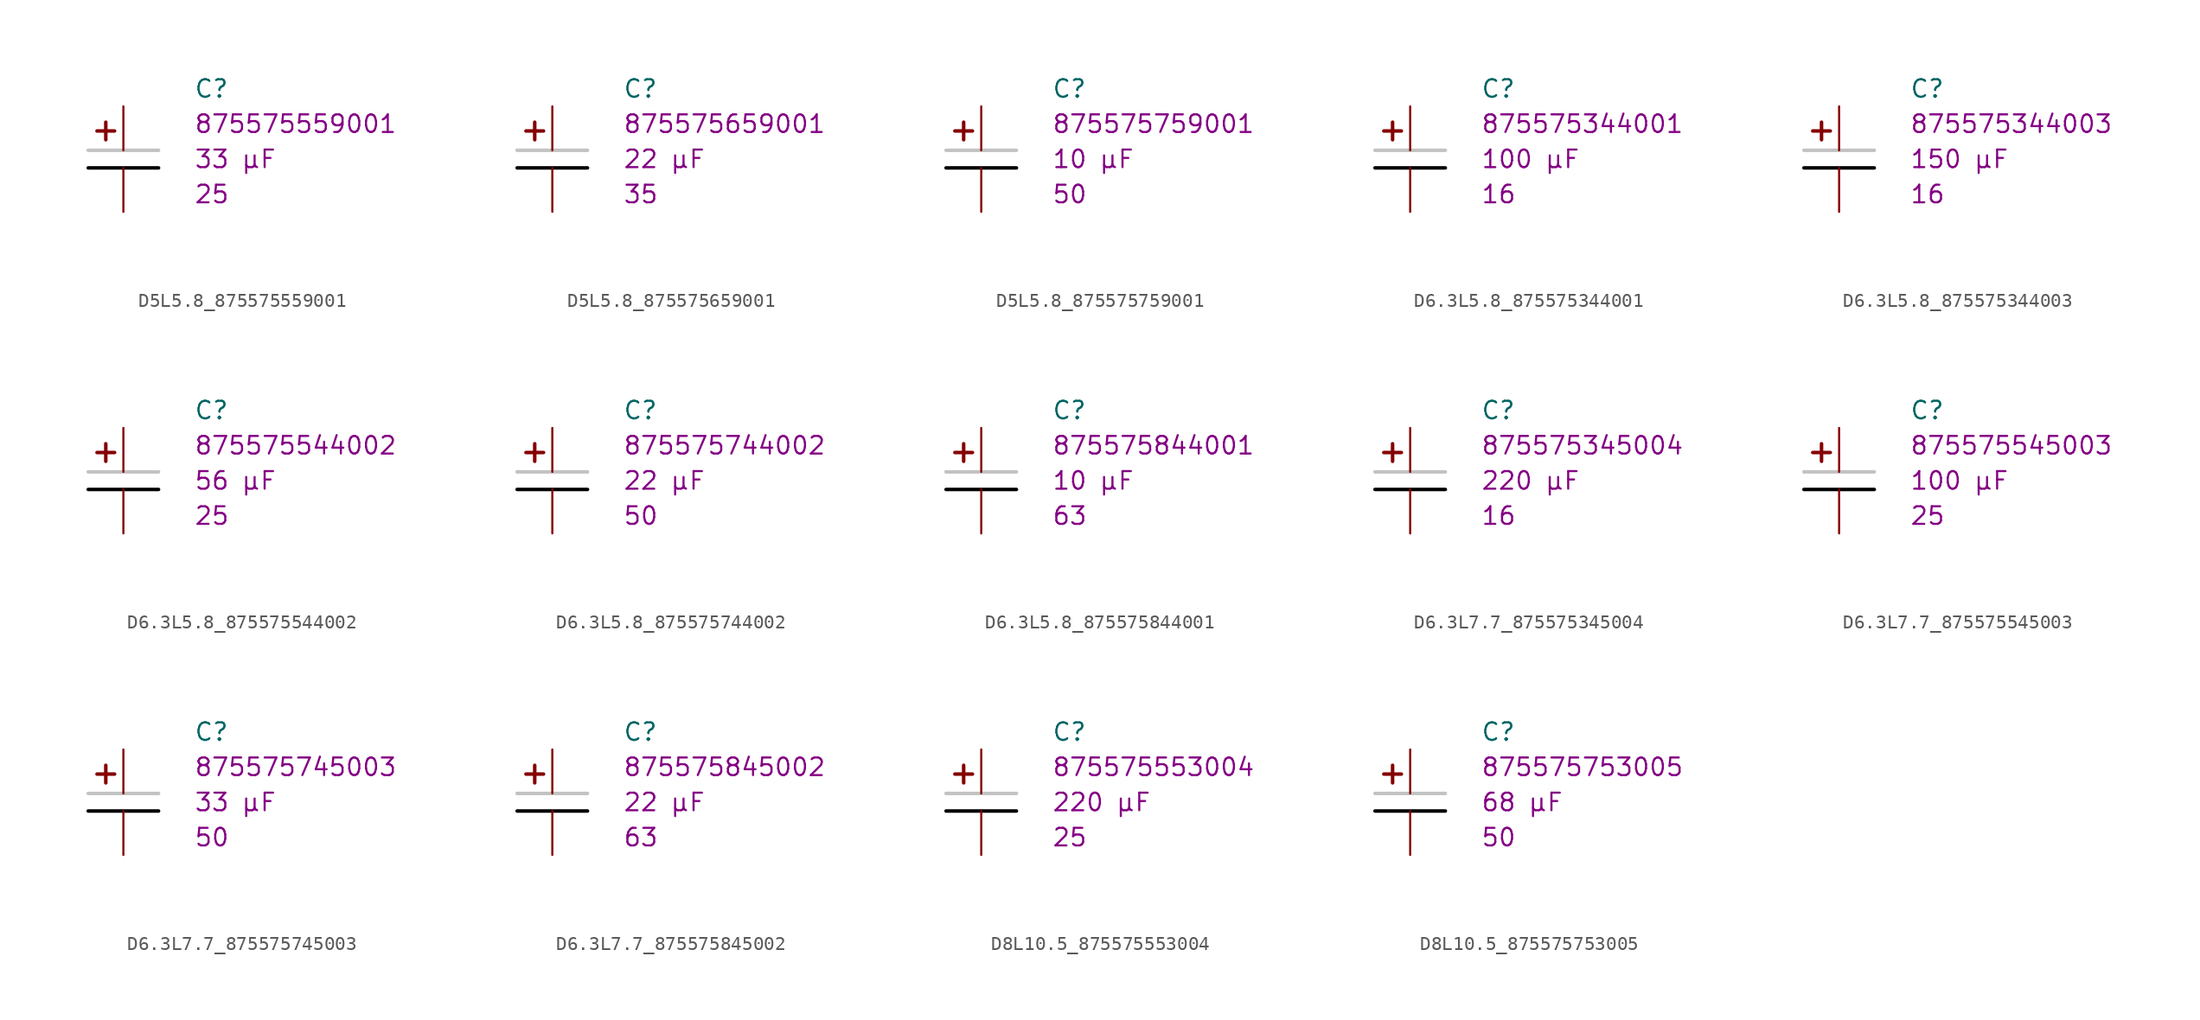
<source format=kicad_sym>
(kicad_symbol_lib
  (version 20220914)
  (generator kicad_symbol_editor)
  (symbol "D5L5.8_875575559001"
    (pin_numbers hide)
    (pin_names hide)
    (property "Reference" "C"
      (at 5.08 5.08 0)
      (effects (font (size 1.27 1.27)) (justify left)))
    (property "Part Number" "875575559001"
      (at 5.08 2.54 0)
      (effects (font (size 1.27 1.27)) (justify left)))
    (property "Capacitance" "33 µF"
      (at 5.08 0 0)
      (effects (font (size 1.27 1.27)) (justify left)))
    (property "Voltage" "25"
      (at 5.08 -2.54 0)
      (effects (font (size 1.27 1.27)) (justify left)))
    (property "Critical Parameter" ""
      (at 0 -7.62 0)
      (effects (font (size 1.27 1.27))))
    (symbol "D5L5.8_875575559001_1_1"
      (polyline (pts (xy -1.27 2.667) (xy -1.27 1.397)) (stroke (width 0.254) (type default)) (fill (type none)))
      (polyline (pts (xy -0.635 2.032) (xy -1.905 2.032)) (stroke (width 0.254) (type default)) (fill (type none)))
      (polyline (pts (xy 2.54 -0.635) (xy -2.54 -0.635)) (stroke (width 0.254) (type default) (color 0 0 0 1)) (fill (type none)))
      (polyline (pts (xy 2.54 0.635) (xy -2.54 0.635)) (stroke (width 0.254) (type default) (color 194 194 194 1)) (fill (type none)))
      (pin passive line (at 0 3.81 270) (length 3.175) (name "1" (effects (font (size 1.27 1.27)))) (number "1" (effects (font (size 1.27 1.27)))))
      (pin passive line (at 0 -3.81 90) (length 3.175) (name "2" (effects (font (size 1.27 1.27)))) (number "2" (effects (font (size 1.27 1.27)))))))
  (symbol "D5L5.8_875575659001"
    (pin_numbers hide)
    (pin_names hide)
    (property "Reference" "C"
      (at 5.08 5.08 0)
      (effects (font (size 1.27 1.27)) (justify left)))
    (property "Part Number" "875575659001"
      (at 5.08 2.54 0)
      (effects (font (size 1.27 1.27)) (justify left)))
    (property "Capacitance" "22 µF"
      (at 5.08 0 0)
      (effects (font (size 1.27 1.27)) (justify left)))
    (property "Voltage" "35"
      (at 5.08 -2.54 0)
      (effects (font (size 1.27 1.27)) (justify left)))
    (property "Critical Parameter" ""
      (at 0 -7.62 0)
      (effects (font (size 1.27 1.27))))
    (symbol "D5L5.8_875575659001_1_1"
      (polyline (pts (xy -1.27 2.667) (xy -1.27 1.397)) (stroke (width 0.254) (type default)) (fill (type none)))
      (polyline (pts (xy -0.635 2.032) (xy -1.905 2.032)) (stroke (width 0.254) (type default)) (fill (type none)))
      (polyline (pts (xy 2.54 -0.635) (xy -2.54 -0.635)) (stroke (width 0.254) (type default) (color 0 0 0 1)) (fill (type none)))
      (polyline (pts (xy 2.54 0.635) (xy -2.54 0.635)) (stroke (width 0.254) (type default) (color 194 194 194 1)) (fill (type none)))
      (pin passive line (at 0 3.81 270) (length 3.175) (name "1" (effects (font (size 1.27 1.27)))) (number "1" (effects (font (size 1.27 1.27)))))
      (pin passive line (at 0 -3.81 90) (length 3.175) (name "2" (effects (font (size 1.27 1.27)))) (number "2" (effects (font (size 1.27 1.27)))))))
  (symbol "D5L5.8_875575759001"
    (pin_numbers hide)
    (pin_names hide)
    (property "Reference" "C"
      (at 5.08 5.08 0)
      (effects (font (size 1.27 1.27)) (justify left)))
    (property "Part Number" "875575759001"
      (at 5.08 2.54 0)
      (effects (font (size 1.27 1.27)) (justify left)))
    (property "Capacitance" "10 µF"
      (at 5.08 0 0)
      (effects (font (size 1.27 1.27)) (justify left)))
    (property "Voltage" "50"
      (at 5.08 -2.54 0)
      (effects (font (size 1.27 1.27)) (justify left)))
    (property "Critical Parameter" ""
      (at 0 -7.62 0)
      (effects (font (size 1.27 1.27))))
    (symbol "D5L5.8_875575759001_1_1"
      (polyline (pts (xy -1.27 2.667) (xy -1.27 1.397)) (stroke (width 0.254) (type default)) (fill (type none)))
      (polyline (pts (xy -0.635 2.032) (xy -1.905 2.032)) (stroke (width 0.254) (type default)) (fill (type none)))
      (polyline (pts (xy 2.54 -0.635) (xy -2.54 -0.635)) (stroke (width 0.254) (type default) (color 0 0 0 1)) (fill (type none)))
      (polyline (pts (xy 2.54 0.635) (xy -2.54 0.635)) (stroke (width 0.254) (type default) (color 194 194 194 1)) (fill (type none)))
      (pin passive line (at 0 3.81 270) (length 3.175) (name "1" (effects (font (size 1.27 1.27)))) (number "1" (effects (font (size 1.27 1.27)))))
      (pin passive line (at 0 -3.81 90) (length 3.175) (name "2" (effects (font (size 1.27 1.27)))) (number "2" (effects (font (size 1.27 1.27)))))))
  (symbol "D6.3L5.8_875575344001"
    (pin_numbers hide)
    (pin_names hide)
    (property "Reference" "C"
      (at 5.08 5.08 0)
      (effects (font (size 1.27 1.27)) (justify left)))
    (property "Part Number" "875575344001"
      (at 5.08 2.54 0)
      (effects (font (size 1.27 1.27)) (justify left)))
    (property "Capacitance" "100 µF"
      (at 5.08 0 0)
      (effects (font (size 1.27 1.27)) (justify left)))
    (property "Voltage" "16"
      (at 5.08 -2.54 0)
      (effects (font (size 1.27 1.27)) (justify left)))
    (property "Critical Parameter" ""
      (at 0 -7.62 0)
      (effects (font (size 1.27 1.27))))
    (symbol "D6.3L5.8_875575344001_1_1"
      (polyline (pts (xy -1.27 2.667) (xy -1.27 1.397)) (stroke (width 0.254) (type default)) (fill (type none)))
      (polyline (pts (xy -0.635 2.032) (xy -1.905 2.032)) (stroke (width 0.254) (type default)) (fill (type none)))
      (polyline (pts (xy 2.54 -0.635) (xy -2.54 -0.635)) (stroke (width 0.254) (type default) (color 0 0 0 1)) (fill (type none)))
      (polyline (pts (xy 2.54 0.635) (xy -2.54 0.635)) (stroke (width 0.254) (type default) (color 194 194 194 1)) (fill (type none)))
      (pin passive line (at 0 3.81 270) (length 3.175) (name "1" (effects (font (size 1.27 1.27)))) (number "1" (effects (font (size 1.27 1.27)))))
      (pin passive line (at 0 -3.81 90) (length 3.175) (name "2" (effects (font (size 1.27 1.27)))) (number "2" (effects (font (size 1.27 1.27)))))))
  (symbol "D6.3L5.8_875575344003"
    (pin_numbers hide)
    (pin_names hide)
    (property "Reference" "C"
      (at 5.08 5.08 0)
      (effects (font (size 1.27 1.27)) (justify left)))
    (property "Part Number" "875575344003"
      (at 5.08 2.54 0)
      (effects (font (size 1.27 1.27)) (justify left)))
    (property "Capacitance" "150 µF"
      (at 5.08 0 0)
      (effects (font (size 1.27 1.27)) (justify left)))
    (property "Voltage" "16"
      (at 5.08 -2.54 0)
      (effects (font (size 1.27 1.27)) (justify left)))
    (property "Critical Parameter" ""
      (at 0 -7.62 0)
      (effects (font (size 1.27 1.27))))
    (symbol "D6.3L5.8_875575344003_1_1"
      (polyline (pts (xy -1.27 2.667) (xy -1.27 1.397)) (stroke (width 0.254) (type default)) (fill (type none)))
      (polyline (pts (xy -0.635 2.032) (xy -1.905 2.032)) (stroke (width 0.254) (type default)) (fill (type none)))
      (polyline (pts (xy 2.54 -0.635) (xy -2.54 -0.635)) (stroke (width 0.254) (type default) (color 0 0 0 1)) (fill (type none)))
      (polyline (pts (xy 2.54 0.635) (xy -2.54 0.635)) (stroke (width 0.254) (type default) (color 194 194 194 1)) (fill (type none)))
      (pin passive line (at 0 3.81 270) (length 3.175) (name "1" (effects (font (size 1.27 1.27)))) (number "1" (effects (font (size 1.27 1.27)))))
      (pin passive line (at 0 -3.81 90) (length 3.175) (name "2" (effects (font (size 1.27 1.27)))) (number "2" (effects (font (size 1.27 1.27)))))))
  (symbol "D6.3L5.8_875575544002"
    (pin_numbers hide)
    (pin_names hide)
    (property "Reference" "C"
      (at 5.08 5.08 0)
      (effects (font (size 1.27 1.27)) (justify left)))
    (property "Part Number" "875575544002"
      (at 5.08 2.54 0)
      (effects (font (size 1.27 1.27)) (justify left)))
    (property "Capacitance" "56 µF"
      (at 5.08 0 0)
      (effects (font (size 1.27 1.27)) (justify left)))
    (property "Voltage" "25"
      (at 5.08 -2.54 0)
      (effects (font (size 1.27 1.27)) (justify left)))
    (property "Critical Parameter" ""
      (at 0 -7.62 0)
      (effects (font (size 1.27 1.27))))
    (symbol "D6.3L5.8_875575544002_1_1"
      (polyline (pts (xy -1.27 2.667) (xy -1.27 1.397)) (stroke (width 0.254) (type default)) (fill (type none)))
      (polyline (pts (xy -0.635 2.032) (xy -1.905 2.032)) (stroke (width 0.254) (type default)) (fill (type none)))
      (polyline (pts (xy 2.54 -0.635) (xy -2.54 -0.635)) (stroke (width 0.254) (type default) (color 0 0 0 1)) (fill (type none)))
      (polyline (pts (xy 2.54 0.635) (xy -2.54 0.635)) (stroke (width 0.254) (type default) (color 194 194 194 1)) (fill (type none)))
      (pin passive line (at 0 3.81 270) (length 3.175) (name "1" (effects (font (size 1.27 1.27)))) (number "1" (effects (font (size 1.27 1.27)))))
      (pin passive line (at 0 -3.81 90) (length 3.175) (name "2" (effects (font (size 1.27 1.27)))) (number "2" (effects (font (size 1.27 1.27)))))))
  (symbol "D6.3L5.8_875575744002"
    (pin_numbers hide)
    (pin_names hide)
    (property "Reference" "C"
      (at 5.08 5.08 0)
      (effects (font (size 1.27 1.27)) (justify left)))
    (property "Part Number" "875575744002"
      (at 5.08 2.54 0)
      (effects (font (size 1.27 1.27)) (justify left)))
    (property "Capacitance" "22 µF"
      (at 5.08 0 0)
      (effects (font (size 1.27 1.27)) (justify left)))
    (property "Voltage" "50"
      (at 5.08 -2.54 0)
      (effects (font (size 1.27 1.27)) (justify left)))
    (property "Critical Parameter" ""
      (at 0 -7.62 0)
      (effects (font (size 1.27 1.27))))
    (symbol "D6.3L5.8_875575744002_1_1"
      (polyline (pts (xy -1.27 2.667) (xy -1.27 1.397)) (stroke (width 0.254) (type default)) (fill (type none)))
      (polyline (pts (xy -0.635 2.032) (xy -1.905 2.032)) (stroke (width 0.254) (type default)) (fill (type none)))
      (polyline (pts (xy 2.54 -0.635) (xy -2.54 -0.635)) (stroke (width 0.254) (type default) (color 0 0 0 1)) (fill (type none)))
      (polyline (pts (xy 2.54 0.635) (xy -2.54 0.635)) (stroke (width 0.254) (type default) (color 194 194 194 1)) (fill (type none)))
      (pin passive line (at 0 3.81 270) (length 3.175) (name "1" (effects (font (size 1.27 1.27)))) (number "1" (effects (font (size 1.27 1.27)))))
      (pin passive line (at 0 -3.81 90) (length 3.175) (name "2" (effects (font (size 1.27 1.27)))) (number "2" (effects (font (size 1.27 1.27)))))))
  (symbol "D6.3L5.8_875575844001"
    (pin_numbers hide)
    (pin_names hide)
    (property "Reference" "C"
      (at 5.08 5.08 0)
      (effects (font (size 1.27 1.27)) (justify left)))
    (property "Part Number" "875575844001"
      (at 5.08 2.54 0)
      (effects (font (size 1.27 1.27)) (justify left)))
    (property "Capacitance" "10 µF"
      (at 5.08 0 0)
      (effects (font (size 1.27 1.27)) (justify left)))
    (property "Voltage" "63"
      (at 5.08 -2.54 0)
      (effects (font (size 1.27 1.27)) (justify left)))
    (property "Critical Parameter" ""
      (at 0 -7.62 0)
      (effects (font (size 1.27 1.27))))
    (symbol "D6.3L5.8_875575844001_1_1"
      (polyline (pts (xy -1.27 2.667) (xy -1.27 1.397)) (stroke (width 0.254) (type default)) (fill (type none)))
      (polyline (pts (xy -0.635 2.032) (xy -1.905 2.032)) (stroke (width 0.254) (type default)) (fill (type none)))
      (polyline (pts (xy 2.54 -0.635) (xy -2.54 -0.635)) (stroke (width 0.254) (type default) (color 0 0 0 1)) (fill (type none)))
      (polyline (pts (xy 2.54 0.635) (xy -2.54 0.635)) (stroke (width 0.254) (type default) (color 194 194 194 1)) (fill (type none)))
      (pin passive line (at 0 3.81 270) (length 3.175) (name "1" (effects (font (size 1.27 1.27)))) (number "1" (effects (font (size 1.27 1.27)))))
      (pin passive line (at 0 -3.81 90) (length 3.175) (name "2" (effects (font (size 1.27 1.27)))) (number "2" (effects (font (size 1.27 1.27)))))))
  (symbol "D6.3L7.7_875575345004"
    (pin_numbers hide)
    (pin_names hide)
    (property "Reference" "C"
      (at 5.08 5.08 0)
      (effects (font (size 1.27 1.27)) (justify left)))
    (property "Part Number" "875575345004"
      (at 5.08 2.54 0)
      (effects (font (size 1.27 1.27)) (justify left)))
    (property "Capacitance" "220 µF"
      (at 5.08 0 0)
      (effects (font (size 1.27 1.27)) (justify left)))
    (property "Voltage" "16"
      (at 5.08 -2.54 0)
      (effects (font (size 1.27 1.27)) (justify left)))
    (property "Critical Parameter" ""
      (at 0 -7.62 0)
      (effects (font (size 1.27 1.27))))
    (symbol "D6.3L7.7_875575345004_1_1"
      (polyline (pts (xy -1.27 2.667) (xy -1.27 1.397)) (stroke (width 0.254) (type default)) (fill (type none)))
      (polyline (pts (xy -0.635 2.032) (xy -1.905 2.032)) (stroke (width 0.254) (type default)) (fill (type none)))
      (polyline (pts (xy 2.54 -0.635) (xy -2.54 -0.635)) (stroke (width 0.254) (type default) (color 0 0 0 1)) (fill (type none)))
      (polyline (pts (xy 2.54 0.635) (xy -2.54 0.635)) (stroke (width 0.254) (type default) (color 194 194 194 1)) (fill (type none)))
      (pin passive line (at 0 3.81 270) (length 3.175) (name "1" (effects (font (size 1.27 1.27)))) (number "1" (effects (font (size 1.27 1.27)))))
      (pin passive line (at 0 -3.81 90) (length 3.175) (name "2" (effects (font (size 1.27 1.27)))) (number "2" (effects (font (size 1.27 1.27)))))))
  (symbol "D6.3L7.7_875575545003"
    (pin_numbers hide)
    (pin_names hide)
    (property "Reference" "C"
      (at 5.08 5.08 0)
      (effects (font (size 1.27 1.27)) (justify left)))
    (property "Part Number" "875575545003"
      (at 5.08 2.54 0)
      (effects (font (size 1.27 1.27)) (justify left)))
    (property "Capacitance" "100 µF"
      (at 5.08 0 0)
      (effects (font (size 1.27 1.27)) (justify left)))
    (property "Voltage" "25"
      (at 5.08 -2.54 0)
      (effects (font (size 1.27 1.27)) (justify left)))
    (property "Critical Parameter" ""
      (at 0 -7.62 0)
      (effects (font (size 1.27 1.27))))
    (symbol "D6.3L7.7_875575545003_1_1"
      (polyline (pts (xy -1.27 2.667) (xy -1.27 1.397)) (stroke (width 0.254) (type default)) (fill (type none)))
      (polyline (pts (xy -0.635 2.032) (xy -1.905 2.032)) (stroke (width 0.254) (type default)) (fill (type none)))
      (polyline (pts (xy 2.54 -0.635) (xy -2.54 -0.635)) (stroke (width 0.254) (type default) (color 0 0 0 1)) (fill (type none)))
      (polyline (pts (xy 2.54 0.635) (xy -2.54 0.635)) (stroke (width 0.254) (type default) (color 194 194 194 1)) (fill (type none)))
      (pin passive line (at 0 3.81 270) (length 3.175) (name "1" (effects (font (size 1.27 1.27)))) (number "1" (effects (font (size 1.27 1.27)))))
      (pin passive line (at 0 -3.81 90) (length 3.175) (name "2" (effects (font (size 1.27 1.27)))) (number "2" (effects (font (size 1.27 1.27)))))))
  (symbol "D6.3L7.7_875575745003"
    (pin_numbers hide)
    (pin_names hide)
    (property "Reference" "C"
      (at 5.08 5.08 0)
      (effects (font (size 1.27 1.27)) (justify left)))
    (property "Part Number" "875575745003"
      (at 5.08 2.54 0)
      (effects (font (size 1.27 1.27)) (justify left)))
    (property "Capacitance" "33 µF"
      (at 5.08 0 0)
      (effects (font (size 1.27 1.27)) (justify left)))
    (property "Voltage" "50"
      (at 5.08 -2.54 0)
      (effects (font (size 1.27 1.27)) (justify left)))
    (property "Critical Parameter" ""
      (at 0 -7.62 0)
      (effects (font (size 1.27 1.27))))
    (symbol "D6.3L7.7_875575745003_1_1"
      (polyline (pts (xy -1.27 2.667) (xy -1.27 1.397)) (stroke (width 0.254) (type default)) (fill (type none)))
      (polyline (pts (xy -0.635 2.032) (xy -1.905 2.032)) (stroke (width 0.254) (type default)) (fill (type none)))
      (polyline (pts (xy 2.54 -0.635) (xy -2.54 -0.635)) (stroke (width 0.254) (type default) (color 0 0 0 1)) (fill (type none)))
      (polyline (pts (xy 2.54 0.635) (xy -2.54 0.635)) (stroke (width 0.254) (type default) (color 194 194 194 1)) (fill (type none)))
      (pin passive line (at 0 3.81 270) (length 3.175) (name "1" (effects (font (size 1.27 1.27)))) (number "1" (effects (font (size 1.27 1.27)))))
      (pin passive line (at 0 -3.81 90) (length 3.175) (name "2" (effects (font (size 1.27 1.27)))) (number "2" (effects (font (size 1.27 1.27)))))))
  (symbol "D6.3L7.7_875575845002"
    (pin_numbers hide)
    (pin_names hide)
    (property "Reference" "C"
      (at 5.08 5.08 0)
      (effects (font (size 1.27 1.27)) (justify left)))
    (property "Part Number" "875575845002"
      (at 5.08 2.54 0)
      (effects (font (size 1.27 1.27)) (justify left)))
    (property "Capacitance" "22 µF"
      (at 5.08 0 0)
      (effects (font (size 1.27 1.27)) (justify left)))
    (property "Voltage" "63"
      (at 5.08 -2.54 0)
      (effects (font (size 1.27 1.27)) (justify left)))
    (property "Critical Parameter" ""
      (at 0 -7.62 0)
      (effects (font (size 1.27 1.27))))
    (symbol "D6.3L7.7_875575845002_1_1"
      (polyline (pts (xy -1.27 2.667) (xy -1.27 1.397)) (stroke (width 0.254) (type default)) (fill (type none)))
      (polyline (pts (xy -0.635 2.032) (xy -1.905 2.032)) (stroke (width 0.254) (type default)) (fill (type none)))
      (polyline (pts (xy 2.54 -0.635) (xy -2.54 -0.635)) (stroke (width 0.254) (type default) (color 0 0 0 1)) (fill (type none)))
      (polyline (pts (xy 2.54 0.635) (xy -2.54 0.635)) (stroke (width 0.254) (type default) (color 194 194 194 1)) (fill (type none)))
      (pin passive line (at 0 3.81 270) (length 3.175) (name "1" (effects (font (size 1.27 1.27)))) (number "1" (effects (font (size 1.27 1.27)))))
      (pin passive line (at 0 -3.81 90) (length 3.175) (name "2" (effects (font (size 1.27 1.27)))) (number "2" (effects (font (size 1.27 1.27)))))))
  (symbol "D8L10.5_875575553004"
    (pin_numbers hide)
    (pin_names hide)
    (property "Reference" "C"
      (at 5.08 5.08 0)
      (effects (font (size 1.27 1.27)) (justify left)))
    (property "Part Number" "875575553004"
      (at 5.08 2.54 0)
      (effects (font (size 1.27 1.27)) (justify left)))
    (property "Capacitance" "220 µF"
      (at 5.08 0 0)
      (effects (font (size 1.27 1.27)) (justify left)))
    (property "Voltage" "25"
      (at 5.08 -2.54 0)
      (effects (font (size 1.27 1.27)) (justify left)))
    (property "Critical Parameter" ""
      (at 0 -7.62 0)
      (effects (font (size 1.27 1.27))))
    (symbol "D8L10.5_875575553004_1_1"
      (polyline (pts (xy -1.27 2.667) (xy -1.27 1.397)) (stroke (width 0.254) (type default)) (fill (type none)))
      (polyline (pts (xy -0.635 2.032) (xy -1.905 2.032)) (stroke (width 0.254) (type default)) (fill (type none)))
      (polyline (pts (xy 2.54 -0.635) (xy -2.54 -0.635)) (stroke (width 0.254) (type default) (color 0 0 0 1)) (fill (type none)))
      (polyline (pts (xy 2.54 0.635) (xy -2.54 0.635)) (stroke (width 0.254) (type default) (color 194 194 194 1)) (fill (type none)))
      (pin passive line (at 0 3.81 270) (length 3.175) (name "1" (effects (font (size 1.27 1.27)))) (number "1" (effects (font (size 1.27 1.27)))))
      (pin passive line (at 0 -3.81 90) (length 3.175) (name "2" (effects (font (size 1.27 1.27)))) (number "2" (effects (font (size 1.27 1.27)))))))
  (symbol "D8L10.5_875575753005"
    (pin_numbers hide)
    (pin_names hide)
    (property "Reference" "C"
      (at 5.08 5.08 0)
      (effects (font (size 1.27 1.27)) (justify left)))
    (property "Part Number" "875575753005"
      (at 5.08 2.54 0)
      (effects (font (size 1.27 1.27)) (justify left)))
    (property "Capacitance" "68 µF"
      (at 5.08 0 0)
      (effects (font (size 1.27 1.27)) (justify left)))
    (property "Voltage" "50"
      (at 5.08 -2.54 0)
      (effects (font (size 1.27 1.27)) (justify left)))
    (property "Critical Parameter" ""
      (at 0 -7.62 0)
      (effects (font (size 1.27 1.27))))
    (symbol "D8L10.5_875575753005_1_1"
      (polyline (pts (xy -1.27 2.667) (xy -1.27 1.397)) (stroke (width 0.254) (type default)) (fill (type none)))
      (polyline (pts (xy -0.635 2.032) (xy -1.905 2.032)) (stroke (width 0.254) (type default)) (fill (type none)))
      (polyline (pts (xy 2.54 -0.635) (xy -2.54 -0.635)) (stroke (width 0.254) (type default) (color 0 0 0 1)) (fill (type none)))
      (polyline (pts (xy 2.54 0.635) (xy -2.54 0.635)) (stroke (width 0.254) (type default) (color 194 194 194 1)) (fill (type none)))
      (pin passive line (at 0 3.81 270) (length 3.175) (name "1" (effects (font (size 1.27 1.27)))) (number "1" (effects (font (size 1.27 1.27)))))
      (pin passive line (at 0 -3.81 90) (length 3.175) (name "2" (effects (font (size 1.27 1.27)))) (number "2" (effects (font (size 1.27 1.27))))))))
</source>
